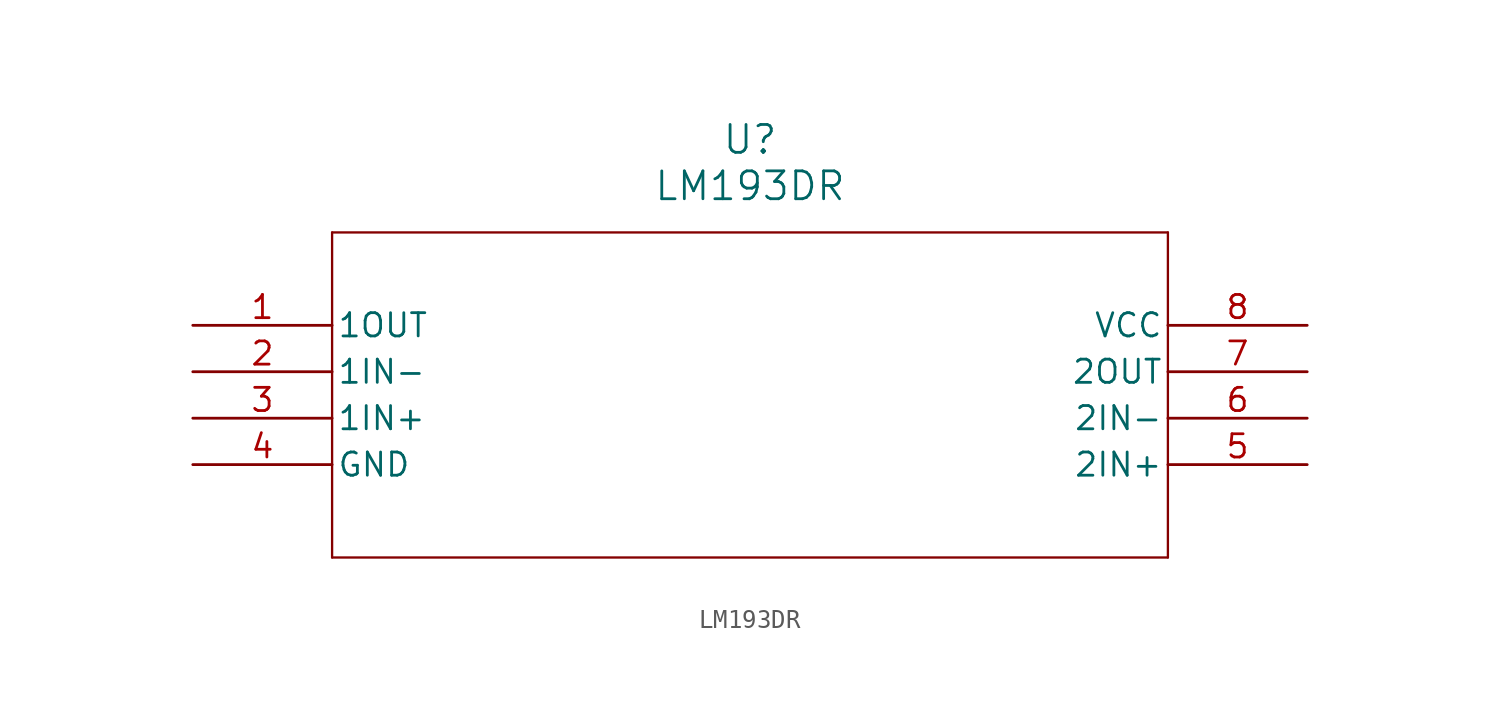
<source format=kicad_sym>
(kicad_symbol_lib
  (version 20211014)
  (generator kicad_symbol_editor)
  (symbol "LM193DR"
    (pin_names
      (offset 0.254))
    (property "Reference" "U"
      (at 30.48 10.16 0)
      (effects (font (size 1.524 1.524))))
    (property "Value" "LM193DR"
      (at 30.48 7.62 0)
      (effects (font (size 1.524 1.524))))
    (symbol "LM193DR_0_1"
      (polyline (pts (xy 7.62 5.08) (xy 7.62 -12.7)) (stroke (width 0.127) (type default) (color 0 0 0 0)) (fill (type none)))
      (polyline (pts (xy 7.62 -12.7) (xy 53.34 -12.7)) (stroke (width 0.127) (type default) (color 0 0 0 0)) (fill (type none)))
      (polyline (pts (xy 53.34 -12.7) (xy 53.34 5.08)) (stroke (width 0.127) (type default) (color 0 0 0 0)) (fill (type none)))
      (polyline (pts (xy 53.34 5.08) (xy 7.62 5.08)) (stroke (width 0.127) (type default) (color 0 0 0 0)) (fill (type none)))
      (pin output line (at 0 0 0) (length 7.62) (name "1OUT" (effects (font (size 1.27 1.27)))) (number "1" (effects (font (size 1.27 1.27)))))
      (pin input line (at 0 -2.54 0) (length 7.62) (name "1IN-" (effects (font (size 1.27 1.27)))) (number "2" (effects (font (size 1.27 1.27)))))
      (pin input line (at 0 -5.08 0) (length 7.62) (name "1IN+" (effects (font (size 1.27 1.27)))) (number "3" (effects (font (size 1.27 1.27)))))
      (pin power_in line (at 0 -7.62 0) (length 7.62) (name "GND" (effects (font (size 1.27 1.27)))) (number "4" (effects (font (size 1.27 1.27)))))
      (pin input line (at 60.96 -7.62 180) (length 7.62) (name "2IN+" (effects (font (size 1.27 1.27)))) (number "5" (effects (font (size 1.27 1.27)))))
      (pin input line (at 60.96 -5.08 180) (length 7.62) (name "2IN-" (effects (font (size 1.27 1.27)))) (number "6" (effects (font (size 1.27 1.27)))))
      (pin output line (at 60.96 -2.54 180) (length 7.62) (name "2OUT" (effects (font (size 1.27 1.27)))) (number "7" (effects (font (size 1.27 1.27)))))
      (pin power_in line (at 60.96 0 180) (length 7.62) (name "VCC" (effects (font (size 1.27 1.27)))) (number "8" (effects (font (size 1.27 1.27))))))))
</source>
